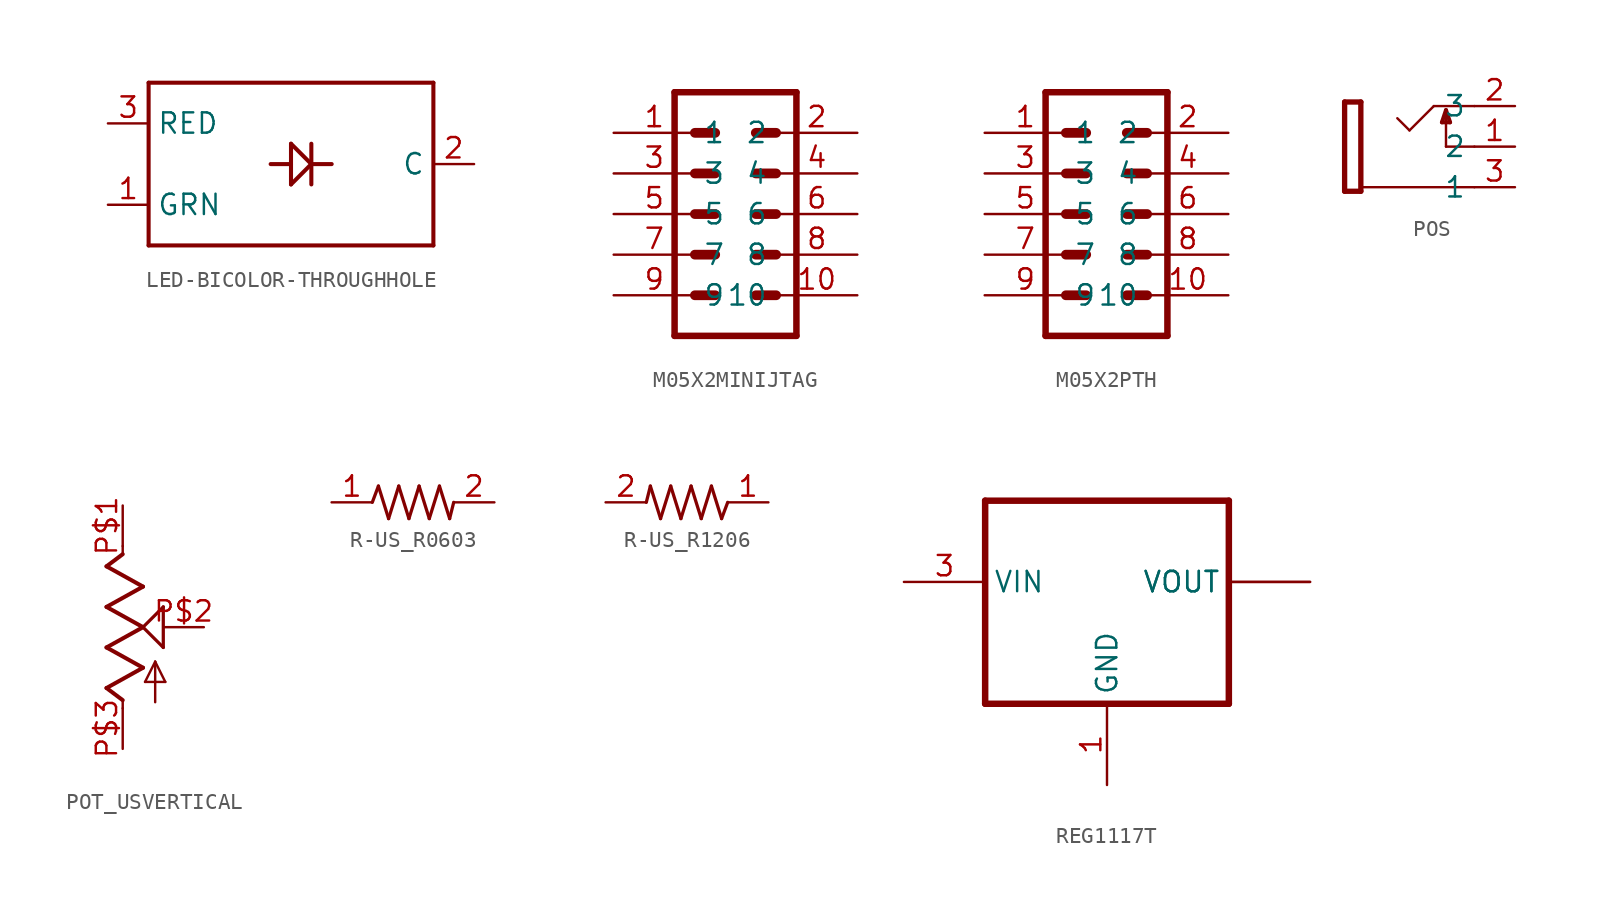
<source format=kicad_sym>
(kicad_symbol_lib
  (version 20231120)
  (generator "kicad_symbol_editor")
  (generator_version "8.0")
  (symbol "LED-BICOLOR-THROUGHHOLE"
    (property "Reference" "LED"
      (at 0 0 0)
      (effects (font (size 1.27 1.27)) (hide yes)))
    (property "ki_locked" ""
      (at 0 0 0)
      (effects (font (size 1.27 1.27))))
    (symbol "LED-BICOLOR-THROUGHHOLE_1_0"
      (polyline (pts (xy -8.89 -5.08) (xy -8.89 5.08)) (stroke (width 0.254) (type solid)) (fill (type none)))
      (polyline (pts (xy -8.89 5.08) (xy 8.89 5.08)) (stroke (width 0.254) (type solid)) (fill (type none)))
      (polyline (pts (xy 0 -1.27) (xy 1.27 0)) (stroke (width 0.254) (type solid)) (fill (type none)))
      (polyline (pts (xy 0 0) (xy -1.27 0)) (stroke (width 0.254) (type solid)) (fill (type none)))
      (polyline (pts (xy 0 0) (xy 0 -1.27)) (stroke (width 0.254) (type solid)) (fill (type none)))
      (polyline (pts (xy 0 1.27) (xy 0 0)) (stroke (width 0.254) (type solid)) (fill (type none)))
      (polyline (pts (xy 1.27 0) (xy 0 1.27)) (stroke (width 0.254) (type solid)) (fill (type none)))
      (polyline (pts (xy 1.27 0) (xy 1.27 -1.27)) (stroke (width 0.254) (type solid)) (fill (type none)))
      (polyline (pts (xy 1.27 0) (xy 2.54 0)) (stroke (width 0.254) (type solid)) (fill (type none)))
      (polyline (pts (xy 1.27 1.27) (xy 1.27 0)) (stroke (width 0.254) (type solid)) (fill (type none)))
      (polyline (pts (xy 8.89 -5.08) (xy -8.89 -5.08)) (stroke (width 0.254) (type solid)) (fill (type none)))
      (polyline (pts (xy 8.89 5.08) (xy 8.89 -5.08)) (stroke (width 0.254) (type solid)) (fill (type none)))
      (pin bidirectional line (at -11.43 -2.54 0) (length 2.54) (name "GRN" (effects (font (size 1.27 1.27)))) (number "1" (effects (font (size 1.27 1.27)))))
      (pin bidirectional line (at 11.43 0 180) (length 2.54) (name "C" (effects (font (size 1.27 1.27)))) (number "2" (effects (font (size 1.27 1.27)))))
      (pin bidirectional line (at -11.43 2.54 0) (length 2.54) (name "RED" (effects (font (size 1.27 1.27)))) (number "3" (effects (font (size 1.27 1.27)))))))
  (symbol "M05X2MINIJTAG"
    (property "Reference" "JP"
      (at 0 0 0)
      (effects (font (size 1.27 1.27)) (hide yes)))
    (property "ki_locked" ""
      (at 0 0 0)
      (effects (font (size 1.27 1.27))))
    (symbol "M05X2MINIJTAG_1_0"
      (polyline (pts (xy -3.81 7.62) (xy -3.81 -7.62)) (stroke (width 0.406) (type solid)) (fill (type none)))
      (polyline (pts (xy -3.81 7.62) (xy 3.81 7.62)) (stroke (width 0.406) (type solid)) (fill (type none)))
      (polyline (pts (xy -1.27 -5.08) (xy -2.54 -5.08)) (stroke (width 0.61) (type solid)) (fill (type none)))
      (polyline (pts (xy -1.27 -2.54) (xy -2.54 -2.54)) (stroke (width 0.61) (type solid)) (fill (type none)))
      (polyline (pts (xy -1.27 0) (xy -2.54 0)) (stroke (width 0.61) (type solid)) (fill (type none)))
      (polyline (pts (xy -1.27 2.54) (xy -2.54 2.54)) (stroke (width 0.61) (type solid)) (fill (type none)))
      (polyline (pts (xy -1.27 5.08) (xy -2.54 5.08)) (stroke (width 0.61) (type solid)) (fill (type none)))
      (polyline (pts (xy 1.27 -5.08) (xy 2.54 -5.08)) (stroke (width 0.61) (type solid)) (fill (type none)))
      (polyline (pts (xy 1.27 -2.54) (xy 2.54 -2.54)) (stroke (width 0.61) (type solid)) (fill (type none)))
      (polyline (pts (xy 1.27 0) (xy 2.54 0)) (stroke (width 0.61) (type solid)) (fill (type none)))
      (polyline (pts (xy 1.27 2.54) (xy 2.54 2.54)) (stroke (width 0.61) (type solid)) (fill (type none)))
      (polyline (pts (xy 1.27 5.08) (xy 2.54 5.08)) (stroke (width 0.61) (type solid)) (fill (type none)))
      (polyline (pts (xy 3.81 -7.62) (xy -3.81 -7.62)) (stroke (width 0.406) (type solid)) (fill (type none)))
      (polyline (pts (xy 3.81 -7.62) (xy 3.81 7.62)) (stroke (width 0.406) (type solid)) (fill (type none)))
      (pin passive line (at -7.62 5.08 0) (length 5.08) (name "1" (effects (font (size 1.27 1.27)))) (number "1" (effects (font (size 1.27 1.27)))))
      (pin passive line (at 7.62 -5.08 180) (length 5.08) (name "10" (effects (font (size 1.27 1.27)))) (number "10" (effects (font (size 1.27 1.27)))))
      (pin passive line (at 7.62 5.08 180) (length 5.08) (name "2" (effects (font (size 1.27 1.27)))) (number "2" (effects (font (size 1.27 1.27)))))
      (pin passive line (at -7.62 2.54 0) (length 5.08) (name "3" (effects (font (size 1.27 1.27)))) (number "3" (effects (font (size 1.27 1.27)))))
      (pin passive line (at 7.62 2.54 180) (length 5.08) (name "4" (effects (font (size 1.27 1.27)))) (number "4" (effects (font (size 1.27 1.27)))))
      (pin passive line (at -7.62 0 0) (length 5.08) (name "5" (effects (font (size 1.27 1.27)))) (number "5" (effects (font (size 1.27 1.27)))))
      (pin passive line (at 7.62 0 180) (length 5.08) (name "6" (effects (font (size 1.27 1.27)))) (number "6" (effects (font (size 1.27 1.27)))))
      (pin passive line (at -7.62 -2.54 0) (length 5.08) (name "7" (effects (font (size 1.27 1.27)))) (number "7" (effects (font (size 1.27 1.27)))))
      (pin passive line (at 7.62 -2.54 180) (length 5.08) (name "8" (effects (font (size 1.27 1.27)))) (number "8" (effects (font (size 1.27 1.27)))))
      (pin passive line (at -7.62 -5.08 0) (length 5.08) (name "9" (effects (font (size 1.27 1.27)))) (number "9" (effects (font (size 1.27 1.27)))))))
  (symbol "M05X2PTH"
    (property "Reference" "JP"
      (at 0 0 0)
      (effects (font (size 1.27 1.27)) (hide yes)))
    (property "ki_locked" ""
      (at 0 0 0)
      (effects (font (size 1.27 1.27))))
    (symbol "M05X2PTH_1_0"
      (polyline (pts (xy -3.81 7.62) (xy -3.81 -7.62)) (stroke (width 0.406) (type solid)) (fill (type none)))
      (polyline (pts (xy -3.81 7.62) (xy 3.81 7.62)) (stroke (width 0.406) (type solid)) (fill (type none)))
      (polyline (pts (xy -1.27 -5.08) (xy -2.54 -5.08)) (stroke (width 0.61) (type solid)) (fill (type none)))
      (polyline (pts (xy -1.27 -2.54) (xy -2.54 -2.54)) (stroke (width 0.61) (type solid)) (fill (type none)))
      (polyline (pts (xy -1.27 0) (xy -2.54 0)) (stroke (width 0.61) (type solid)) (fill (type none)))
      (polyline (pts (xy -1.27 2.54) (xy -2.54 2.54)) (stroke (width 0.61) (type solid)) (fill (type none)))
      (polyline (pts (xy -1.27 5.08) (xy -2.54 5.08)) (stroke (width 0.61) (type solid)) (fill (type none)))
      (polyline (pts (xy 1.27 -5.08) (xy 2.54 -5.08)) (stroke (width 0.61) (type solid)) (fill (type none)))
      (polyline (pts (xy 1.27 -2.54) (xy 2.54 -2.54)) (stroke (width 0.61) (type solid)) (fill (type none)))
      (polyline (pts (xy 1.27 0) (xy 2.54 0)) (stroke (width 0.61) (type solid)) (fill (type none)))
      (polyline (pts (xy 1.27 2.54) (xy 2.54 2.54)) (stroke (width 0.61) (type solid)) (fill (type none)))
      (polyline (pts (xy 1.27 5.08) (xy 2.54 5.08)) (stroke (width 0.61) (type solid)) (fill (type none)))
      (polyline (pts (xy 3.81 -7.62) (xy -3.81 -7.62)) (stroke (width 0.406) (type solid)) (fill (type none)))
      (polyline (pts (xy 3.81 -7.62) (xy 3.81 7.62)) (stroke (width 0.406) (type solid)) (fill (type none)))
      (pin passive line (at -7.62 5.08 0) (length 5.08) (name "1" (effects (font (size 1.27 1.27)))) (number "1" (effects (font (size 1.27 1.27)))))
      (pin passive line (at 7.62 -5.08 180) (length 5.08) (name "10" (effects (font (size 1.27 1.27)))) (number "10" (effects (font (size 1.27 1.27)))))
      (pin passive line (at 7.62 5.08 180) (length 5.08) (name "2" (effects (font (size 1.27 1.27)))) (number "2" (effects (font (size 1.27 1.27)))))
      (pin passive line (at -7.62 2.54 0) (length 5.08) (name "3" (effects (font (size 1.27 1.27)))) (number "3" (effects (font (size 1.27 1.27)))))
      (pin passive line (at 7.62 2.54 180) (length 5.08) (name "4" (effects (font (size 1.27 1.27)))) (number "4" (effects (font (size 1.27 1.27)))))
      (pin passive line (at -7.62 0 0) (length 5.08) (name "5" (effects (font (size 1.27 1.27)))) (number "5" (effects (font (size 1.27 1.27)))))
      (pin passive line (at 7.62 0 180) (length 5.08) (name "6" (effects (font (size 1.27 1.27)))) (number "6" (effects (font (size 1.27 1.27)))))
      (pin passive line (at -7.62 -2.54 0) (length 5.08) (name "7" (effects (font (size 1.27 1.27)))) (number "7" (effects (font (size 1.27 1.27)))))
      (pin passive line (at 7.62 -2.54 180) (length 5.08) (name "8" (effects (font (size 1.27 1.27)))) (number "8" (effects (font (size 1.27 1.27)))))
      (pin passive line (at -7.62 -5.08 0) (length 5.08) (name "9" (effects (font (size 1.27 1.27)))) (number "9" (effects (font (size 1.27 1.27)))))))
  (symbol "POS"
    (property "Reference" "J"
      (at 0 0 0)
      (effects (font (size 1.27 1.27)) (hide yes)))
    (property "ki_locked" ""
      (at 0 0 0)
      (effects (font (size 1.27 1.27))))
    (symbol "POS_1_0"
      (polyline (pts (xy -4.063 -2.794) (xy -4.063 2.794)) (stroke (width 0.333) (type solid)) (fill (type none)))
      (polyline (pts (xy -4.063 2.794) (xy -3.047 2.794)) (stroke (width 0.333) (type solid)) (fill (type none)))
      (polyline (pts (xy -3.047 -2.794) (xy -4.063 -2.794)) (stroke (width 0.333) (type solid)) (fill (type none)))
      (polyline (pts (xy -3.047 2.794) (xy -3.047 -2.794)) (stroke (width 0.333) (type solid)) (fill (type none)))
      (polyline (pts (xy -0.001 1.016) (xy -0.763 1.778)) (stroke (width 0.152) (type solid)) (fill (type none)))
      (polyline (pts (xy 1.523 2.54) (xy -0.001 1.016)) (stroke (width 0.152) (type solid)) (fill (type none)))
      (polyline (pts (xy 2.031 1.524) (xy 2.285 2.286)) (stroke (width 0.254) (type solid)) (fill (type none)))
      (polyline (pts (xy 2.285 0) (xy 2.285 2.286)) (stroke (width 0.152) (type solid)) (fill (type none)))
      (polyline (pts (xy 2.285 2.286) (xy 2.539 1.524)) (stroke (width 0.254) (type solid)) (fill (type none)))
      (polyline (pts (xy 2.539 1.524) (xy 2.031 1.524)) (stroke (width 0.254) (type solid)) (fill (type none)))
      (polyline (pts (xy 4.063 -2.54) (xy -3.049 -2.54)) (stroke (width 0.152) (type solid)) (fill (type none)))
      (polyline (pts (xy 4.063 0) (xy 2.285 0)) (stroke (width 0.152) (type solid)) (fill (type none)))
      (polyline (pts (xy 4.063 2.54) (xy 1.523 2.54)) (stroke (width 0.152) (type solid)) (fill (type none)))
      (pin passive line (at 6.603 0 180) (length 2.54) (name "2" (effects (font (size 1.27 1.27)))) (number "1" (effects (font (size 1.27 1.27)))))
      (pin passive line (at 6.603 2.54 180) (length 2.54) (name "3" (effects (font (size 1.27 1.27)))) (number "2" (effects (font (size 1.27 1.27)))))
      (pin passive line (at 6.603 -2.54 180) (length 2.54) (name "1" (effects (font (size 1.27 1.27)))) (number "3" (effects (font (size 1.27 1.27)))))))
  (symbol "POT_USVERTICAL"
    (property "Reference" "R"
      (at 0 0 0)
      (effects (font (size 1.27 1.27)) (hide yes)))
    (property "ki_locked" ""
      (at 0 0 0)
      (effects (font (size 1.27 1.27))))
    (symbol "POT_USVERTICAL_1_0"
      (polyline (pts (xy -1.841 -3.81) (xy 0.444 -2.54)) (stroke (width 0.254) (type solid)) (fill (type none)))
      (polyline (pts (xy -1.841 -1.27) (xy 0.444 0)) (stroke (width 0.254) (type solid)) (fill (type none)))
      (polyline (pts (xy -1.841 1.27) (xy 0.444 2.54)) (stroke (width 0.254) (type solid)) (fill (type none)))
      (polyline (pts (xy -1.841 3.81) (xy -0.826 4.572)) (stroke (width 0.254) (type solid)) (fill (type none)))
      (polyline (pts (xy -0.826 -5.08) (xy -0.826 -4.572)) (stroke (width 0.152) (type solid)) (fill (type none)))
      (polyline (pts (xy -0.826 -4.572) (xy -1.841 -3.81)) (stroke (width 0.254) (type solid)) (fill (type none)))
      (polyline (pts (xy -0.826 4.572) (xy -0.826 5.08)) (stroke (width 0.152) (type solid)) (fill (type none)))
      (polyline (pts (xy 0.444 -2.54) (xy -1.841 -1.27)) (stroke (width 0.254) (type solid)) (fill (type none)))
      (polyline (pts (xy 0.444 0) (xy -1.841 1.27)) (stroke (width 0.254) (type solid)) (fill (type none)))
      (polyline (pts (xy 0.444 0) (xy 1.715 1.27)) (stroke (width 0.203) (type solid)) (fill (type none)))
      (polyline (pts (xy 0.444 2.54) (xy -1.841 3.81)) (stroke (width 0.254) (type solid)) (fill (type none)))
      (polyline (pts (xy 0.572 -3.429) (xy 1.207 -2.159)) (stroke (width 0.152) (type solid)) (fill (type none)))
      (polyline (pts (xy 1.207 -4.699) (xy 1.207 -2.159)) (stroke (width 0.152) (type solid)) (fill (type none)))
      (polyline (pts (xy 1.207 -2.159) (xy 1.841 -3.429)) (stroke (width 0.152) (type solid)) (fill (type none)))
      (polyline (pts (xy 1.715 -1.27) (xy 0.444 0)) (stroke (width 0.203) (type solid)) (fill (type none)))
      (polyline (pts (xy 1.715 1.27) (xy 1.715 -1.27)) (stroke (width 0.203) (type solid)) (fill (type none)))
      (polyline (pts (xy 1.841 -3.429) (xy 0.572 -3.429)) (stroke (width 0.152) (type solid)) (fill (type none)))
      (pin passive line (at -0.826 7.62 270) (length 2.54) (name "E" (effects (font (size 0 0)))) (number "P$1" (effects (font (size 1.27 1.27)))))
      (pin passive line (at 4.255 0 180) (length 2.54) (name "S" (effects (font (size 0 0)))) (number "P$2" (effects (font (size 1.27 1.27)))))
      (pin passive line (at -0.826 -7.62 90) (length 2.54) (name "A" (effects (font (size 0 0)))) (number "P$3" (effects (font (size 1.27 1.27)))))))
  (symbol "R-US_R0603"
    (property "Reference" "R"
      (at 0 0 0)
      (effects (font (size 1.27 1.27)) (hide yes)))
    (property "ki_locked" ""
      (at 0 0 0)
      (effects (font (size 1.27 1.27))))
    (symbol "R-US_R0603_1_0"
      (polyline (pts (xy -2.54 0) (xy -2.159 1.016)) (stroke (width 0.203) (type solid)) (fill (type none)))
      (polyline (pts (xy -2.159 1.016) (xy -1.524 -1.016)) (stroke (width 0.203) (type solid)) (fill (type none)))
      (polyline (pts (xy -1.524 -1.016) (xy -0.889 1.016)) (stroke (width 0.203) (type solid)) (fill (type none)))
      (polyline (pts (xy -0.889 1.016) (xy -0.254 -1.016)) (stroke (width 0.203) (type solid)) (fill (type none)))
      (polyline (pts (xy -0.254 -1.016) (xy 0.381 1.016)) (stroke (width 0.203) (type solid)) (fill (type none)))
      (polyline (pts (xy 0.381 1.016) (xy 1.016 -1.016)) (stroke (width 0.203) (type solid)) (fill (type none)))
      (polyline (pts (xy 1.016 -1.016) (xy 1.651 1.016)) (stroke (width 0.203) (type solid)) (fill (type none)))
      (polyline (pts (xy 1.651 1.016) (xy 2.286 -1.016)) (stroke (width 0.203) (type solid)) (fill (type none)))
      (polyline (pts (xy 2.286 -1.016) (xy 2.54 0)) (stroke (width 0.203) (type solid)) (fill (type none)))
      (pin passive line (at -5.08 0 0) (length 2.54) (name "1" (effects (font (size 0 0)))) (number "1" (effects (font (size 1.27 1.27)))))
      (pin passive line (at 5.08 0 180) (length 2.54) (name "2" (effects (font (size 0 0)))) (number "2" (effects (font (size 1.27 1.27)))))))
  (symbol "R-US_R1206"
    (property "Reference" "R"
      (at 0 0 0)
      (effects (font (size 1.27 1.27)) (hide yes)))
    (property "ki_locked" ""
      (at 0 0 0)
      (effects (font (size 1.27 1.27))))
    (symbol "R-US_R1206_1_0"
      (polyline (pts (xy -2.286 1.016) (xy -2.54 0)) (stroke (width 0.203) (type solid)) (fill (type none)))
      (polyline (pts (xy -1.651 -1.016) (xy -2.286 1.016)) (stroke (width 0.203) (type solid)) (fill (type none)))
      (polyline (pts (xy -1.016 1.016) (xy -1.651 -1.016)) (stroke (width 0.203) (type solid)) (fill (type none)))
      (polyline (pts (xy -0.381 -1.016) (xy -1.016 1.016)) (stroke (width 0.203) (type solid)) (fill (type none)))
      (polyline (pts (xy 0.254 1.016) (xy -0.381 -1.016)) (stroke (width 0.203) (type solid)) (fill (type none)))
      (polyline (pts (xy 0.889 -1.016) (xy 0.254 1.016)) (stroke (width 0.203) (type solid)) (fill (type none)))
      (polyline (pts (xy 1.524 1.016) (xy 0.889 -1.016)) (stroke (width 0.203) (type solid)) (fill (type none)))
      (polyline (pts (xy 2.159 -1.016) (xy 1.524 1.016)) (stroke (width 0.203) (type solid)) (fill (type none)))
      (polyline (pts (xy 2.54 0) (xy 2.159 -1.016)) (stroke (width 0.203) (type solid)) (fill (type none)))
      (pin passive line (at 5.08 0 180) (length 2.54) (name "1" (effects (font (size 0 0)))) (number "1" (effects (font (size 1.27 1.27)))))
      (pin passive line (at -5.08 0 0) (length 2.54) (name "2" (effects (font (size 0 0)))) (number "2" (effects (font (size 1.27 1.27)))))))
  (symbol "REG1117T"
    (property "Reference" "IC"
      (at 0 0 0)
      (effects (font (size 1.27 1.27)) (hide yes)))
    (property "ki_locked" ""
      (at 0 0 0)
      (effects (font (size 1.27 1.27))))
    (symbol "REG1117T_1_0"
      (polyline (pts (xy -7.62 -6.35) (xy 7.62 -6.35)) (stroke (width 0.406) (type solid)) (fill (type none)))
      (polyline (pts (xy -7.62 6.35) (xy -7.62 -6.35)) (stroke (width 0.406) (type solid)) (fill (type none)))
      (polyline (pts (xy 7.62 -6.35) (xy 7.62 6.35)) (stroke (width 0.406) (type solid)) (fill (type none)))
      (polyline (pts (xy 7.62 6.35) (xy -7.62 6.35)) (stroke (width 0.406) (type solid)) (fill (type none)))
      (pin power_in line (at 0 -11.43 90) (length 5.08) (name "GND" (effects (font (size 1.27 1.27)))) (number "1" (effects (font (size 1.27 1.27)))))
      (pin output line (at 12.7 1.27 180) (length 5.08) (name "VOUT" (effects (font (size 1.27 1.27)))) (number "2" (effects (font (size 0 0)))))
      (pin input line (at -12.7 1.27 0) (length 5.08) (name "VIN" (effects (font (size 1.27 1.27)))) (number "3" (effects (font (size 1.27 1.27)))))
      (pin output line (at 12.7 1.27 180) (length 5.08) (name "VOUT" (effects (font (size 1.27 1.27)))) (number "4" (effects (font (size 0 0))))))))
</source>
